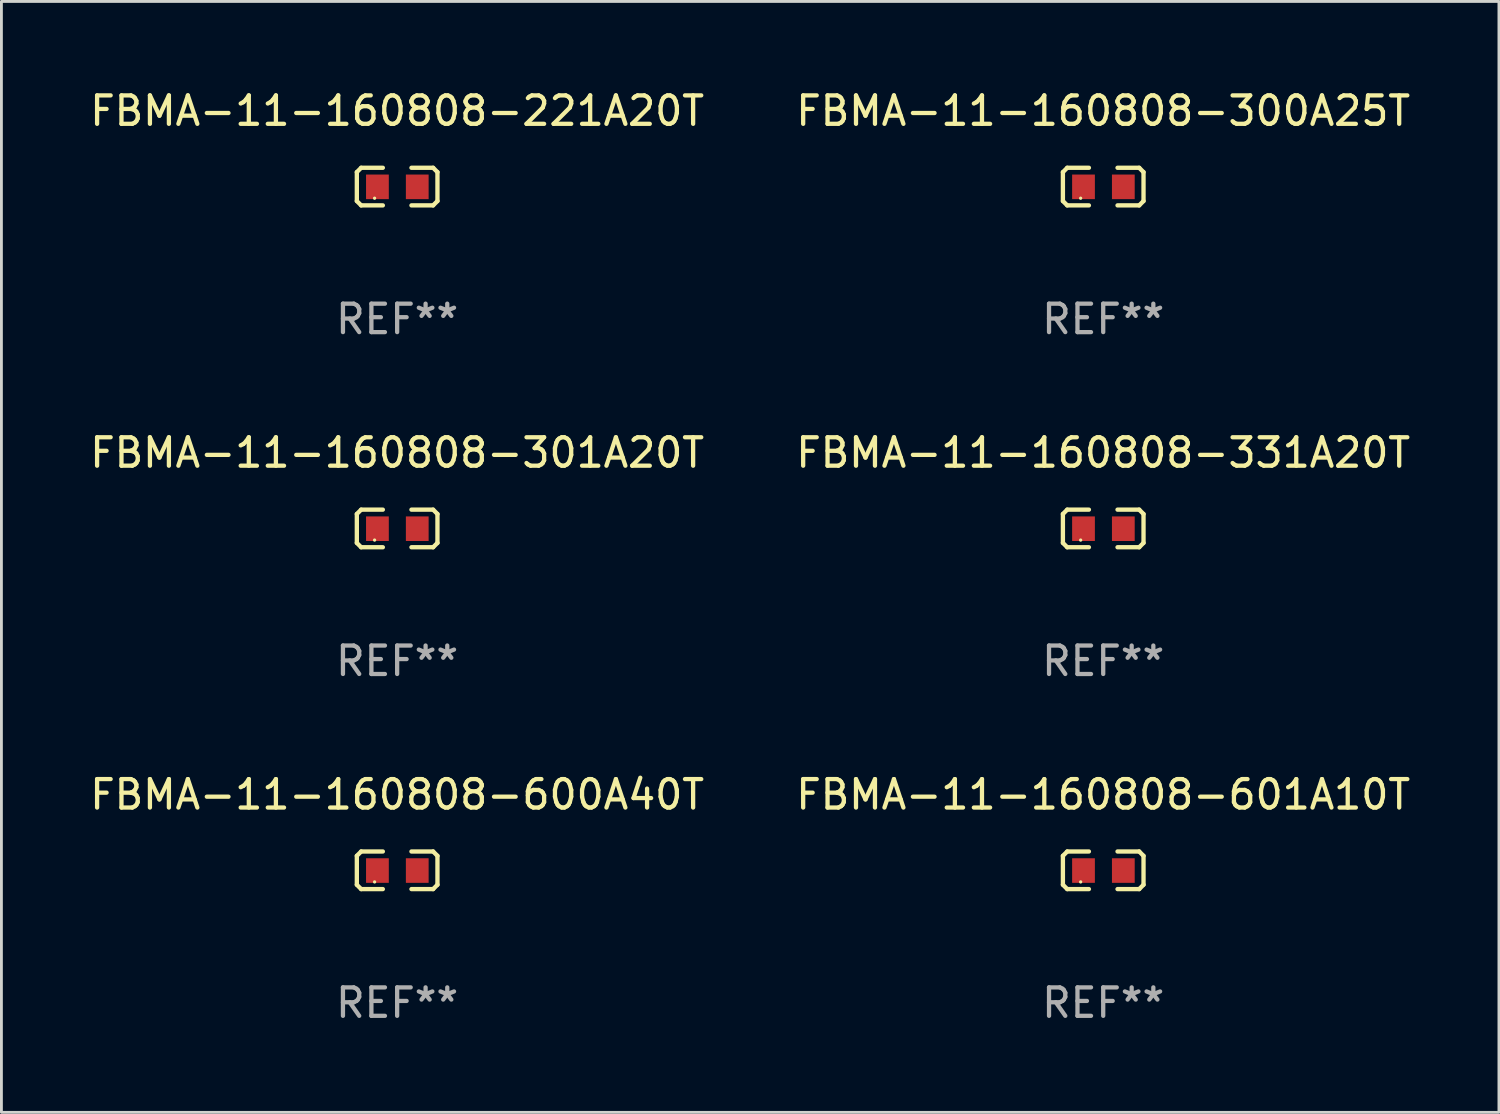
<source format=kicad_pcb>
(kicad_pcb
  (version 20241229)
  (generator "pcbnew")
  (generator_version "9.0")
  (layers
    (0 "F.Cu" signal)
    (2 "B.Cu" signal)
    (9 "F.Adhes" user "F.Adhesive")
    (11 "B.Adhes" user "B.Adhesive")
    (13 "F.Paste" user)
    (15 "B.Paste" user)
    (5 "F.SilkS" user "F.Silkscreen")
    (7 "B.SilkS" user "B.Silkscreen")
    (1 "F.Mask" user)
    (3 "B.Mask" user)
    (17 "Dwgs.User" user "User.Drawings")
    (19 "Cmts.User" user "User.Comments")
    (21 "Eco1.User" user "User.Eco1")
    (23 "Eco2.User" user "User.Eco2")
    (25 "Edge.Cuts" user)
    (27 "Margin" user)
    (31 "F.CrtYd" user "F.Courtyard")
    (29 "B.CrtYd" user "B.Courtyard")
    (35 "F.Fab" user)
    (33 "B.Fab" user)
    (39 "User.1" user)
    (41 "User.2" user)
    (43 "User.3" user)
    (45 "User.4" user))
  (footprint "FBMA-11-160808-600A40T"
    (layer "F.Cu")
    (at 10.911 27.544)
    (property "Reference" "FBMA-11-160808-600A40T" (at 0 -2.661 0) (layer "F.SilkS") (effects (font (size 1 1) (thickness 0.15))))
    (attr through_hole)
    (fp_line (start -1.417 -0.508) (end -1.265 -0.661) (stroke (width 0.152) (type solid)) (layer "F.SilkS"))
    (fp_line (start -1.417 0.508) (end -1.417 -0.508) (stroke (width 0.152) (type solid)) (layer "F.SilkS"))
    (fp_line (start -1.265 -0.661) (end -0.503 -0.661) (stroke (width 0.152) (type solid)) (layer "F.SilkS"))
    (fp_line (start -1.265 0.661) (end -1.417 0.508) (stroke (width 0.152) (type solid)) (layer "F.SilkS"))
    (fp_line (start -1.265 0.661) (end -0.503 0.661) (stroke (width 0.152) (type solid)) (layer "F.SilkS"))
    (fp_line (start 1.265 -0.661) (end 0.503 -0.661) (stroke (width 0.152) (type solid)) (layer "F.SilkS"))
    (fp_line (start 1.265 -0.661) (end 1.417 -0.508) (stroke (width 0.152) (type solid)) (layer "F.SilkS"))
    (fp_line (start 1.265 0.661) (end 0.503 0.661) (stroke (width 0.152) (type solid)) (layer "F.SilkS"))
    (fp_line (start 1.417 -0.508) (end 1.417 0.508) (stroke (width 0.152) (type solid)) (layer "F.SilkS"))
    (fp_line (start 1.417 0.508) (end 1.265 0.661) (stroke (width 0.152) (type solid)) (layer "F.SilkS"))
    (fp_circle (center -0.793 0.409) (end -0.763 0.409) (stroke (width 0.06) (type solid)) (fill no) (layer "F.SilkS"))
    (fp_text user "REF**" (at 0 4.661 0) (layer "F.Fab") (effects (font (size 1 1) (thickness 0.15))))
    (pad "1" smd rect (at -0.693 0.009 180) (size 0.8 0.864) (layers "F.Cu" "F.Mask" "F.Paste"))
    (pad "2" smd rect (at 0.707 0.009 180) (size 0.8 0.864) (layers "F.Cu" "F.Mask" "F.Paste")))
  (footprint "FBMA-11-160808-301A20T"
    (layer "F.Cu")
    (at 10.911 15.527)
    (property "Reference" "FBMA-11-160808-301A20T" (at 0 -2.661 0) (layer "F.SilkS") (effects (font (size 1 1) (thickness 0.15))))
    (attr through_hole)
    (fp_line (start -1.417 -0.508) (end -1.265 -0.661) (stroke (width 0.152) (type solid)) (layer "F.SilkS"))
    (fp_line (start -1.417 0.508) (end -1.417 -0.508) (stroke (width 0.152) (type solid)) (layer "F.SilkS"))
    (fp_line (start -1.265 -0.661) (end -0.503 -0.661) (stroke (width 0.152) (type solid)) (layer "F.SilkS"))
    (fp_line (start -1.265 0.661) (end -1.417 0.508) (stroke (width 0.152) (type solid)) (layer "F.SilkS"))
    (fp_line (start -1.265 0.661) (end -0.503 0.661) (stroke (width 0.152) (type solid)) (layer "F.SilkS"))
    (fp_line (start 1.265 -0.661) (end 0.503 -0.661) (stroke (width 0.152) (type solid)) (layer "F.SilkS"))
    (fp_line (start 1.265 -0.661) (end 1.417 -0.508) (stroke (width 0.152) (type solid)) (layer "F.SilkS"))
    (fp_line (start 1.265 0.661) (end 0.503 0.661) (stroke (width 0.152) (type solid)) (layer "F.SilkS"))
    (fp_line (start 1.417 -0.508) (end 1.417 0.508) (stroke (width 0.152) (type solid)) (layer "F.SilkS"))
    (fp_line (start 1.417 0.508) (end 1.265 0.661) (stroke (width 0.152) (type solid)) (layer "F.SilkS"))
    (fp_circle (center -0.793 0.409) (end -0.763 0.409) (stroke (width 0.06) (type solid)) (fill no) (layer "F.SilkS"))
    (fp_text user "REF**" (at 0 4.661 0) (layer "F.Fab") (effects (font (size 1 1) (thickness 0.15))))
    (pad "1" smd rect (at -0.693 0.009 180) (size 0.8 0.864) (layers "F.Cu" "F.Mask" "F.Paste"))
    (pad "2" smd rect (at 0.707 0.009 180) (size 0.8 0.864) (layers "F.Cu" "F.Mask" "F.Paste")))
  (footprint "FBMA-11-160808-331A20T"
    (layer "F.Cu")
    (at 35.732 15.527)
    (property "Reference" "FBMA-11-160808-331A20T" (at 0 -2.661 0) (layer "F.SilkS") (effects (font (size 1 1) (thickness 0.15))))
    (attr through_hole)
    (fp_line (start -1.417 -0.508) (end -1.265 -0.661) (stroke (width 0.152) (type solid)) (layer "F.SilkS"))
    (fp_line (start -1.417 0.508) (end -1.417 -0.508) (stroke (width 0.152) (type solid)) (layer "F.SilkS"))
    (fp_line (start -1.265 -0.661) (end -0.503 -0.661) (stroke (width 0.152) (type solid)) (layer "F.SilkS"))
    (fp_line (start -1.265 0.661) (end -1.417 0.508) (stroke (width 0.152) (type solid)) (layer "F.SilkS"))
    (fp_line (start -1.265 0.661) (end -0.503 0.661) (stroke (width 0.152) (type solid)) (layer "F.SilkS"))
    (fp_line (start 1.265 -0.661) (end 0.503 -0.661) (stroke (width 0.152) (type solid)) (layer "F.SilkS"))
    (fp_line (start 1.265 -0.661) (end 1.417 -0.508) (stroke (width 0.152) (type solid)) (layer "F.SilkS"))
    (fp_line (start 1.265 0.661) (end 0.503 0.661) (stroke (width 0.152) (type solid)) (layer "F.SilkS"))
    (fp_line (start 1.417 -0.508) (end 1.417 0.508) (stroke (width 0.152) (type solid)) (layer "F.SilkS"))
    (fp_line (start 1.417 0.508) (end 1.265 0.661) (stroke (width 0.152) (type solid)) (layer "F.SilkS"))
    (fp_circle (center -0.793 0.409) (end -0.763 0.409) (stroke (width 0.06) (type solid)) (fill no) (layer "F.SilkS"))
    (fp_text user "REF**" (at 0 4.661 0) (layer "F.Fab") (effects (font (size 1 1) (thickness 0.15))))
    (pad "1" smd rect (at -0.693 0.009 180) (size 0.8 0.864) (layers "F.Cu" "F.Mask" "F.Paste"))
    (pad "2" smd rect (at 0.707 0.009 180) (size 0.8 0.864) (layers "F.Cu" "F.Mask" "F.Paste")))
  (footprint "FBMA-11-160808-601A10T"
    (layer "F.Cu")
    (at 35.732 27.544)
    (property "Reference" "FBMA-11-160808-601A10T" (at 0 -2.661 0) (layer "F.SilkS") (effects (font (size 1 1) (thickness 0.15))))
    (attr through_hole)
    (fp_line (start -1.417 -0.508) (end -1.265 -0.661) (stroke (width 0.152) (type solid)) (layer "F.SilkS"))
    (fp_line (start -1.417 0.508) (end -1.417 -0.508) (stroke (width 0.152) (type solid)) (layer "F.SilkS"))
    (fp_line (start -1.265 -0.661) (end -0.503 -0.661) (stroke (width 0.152) (type solid)) (layer "F.SilkS"))
    (fp_line (start -1.265 0.661) (end -1.417 0.508) (stroke (width 0.152) (type solid)) (layer "F.SilkS"))
    (fp_line (start -1.265 0.661) (end -0.503 0.661) (stroke (width 0.152) (type solid)) (layer "F.SilkS"))
    (fp_line (start 1.265 -0.661) (end 0.503 -0.661) (stroke (width 0.152) (type solid)) (layer "F.SilkS"))
    (fp_line (start 1.265 -0.661) (end 1.417 -0.508) (stroke (width 0.152) (type solid)) (layer "F.SilkS"))
    (fp_line (start 1.265 0.661) (end 0.503 0.661) (stroke (width 0.152) (type solid)) (layer "F.SilkS"))
    (fp_line (start 1.417 -0.508) (end 1.417 0.508) (stroke (width 0.152) (type solid)) (layer "F.SilkS"))
    (fp_line (start 1.417 0.508) (end 1.265 0.661) (stroke (width 0.152) (type solid)) (layer "F.SilkS"))
    (fp_circle (center -0.793 0.409) (end -0.763 0.409) (stroke (width 0.06) (type solid)) (fill no) (layer "F.SilkS"))
    (fp_text user "REF**" (at 0 4.661 0) (layer "F.Fab") (effects (font (size 1 1) (thickness 0.15))))
    (pad "1" smd rect (at -0.693 0.009 180) (size 0.8 0.864) (layers "F.Cu" "F.Mask" "F.Paste"))
    (pad "2" smd rect (at 0.707 0.009 180) (size 0.8 0.864) (layers "F.Cu" "F.Mask" "F.Paste")))
  (footprint "FBMA-11-160808-221A20T"
    (layer "F.Cu")
    (at 10.911 3.509)
    (property "Reference" "FBMA-11-160808-221A20T" (at 0 -2.661 0) (layer "F.SilkS") (effects (font (size 1 1) (thickness 0.15))))
    (attr through_hole)
    (fp_line (start -1.417 -0.508) (end -1.265 -0.661) (stroke (width 0.152) (type solid)) (layer "F.SilkS"))
    (fp_line (start -1.417 0.508) (end -1.417 -0.508) (stroke (width 0.152) (type solid)) (layer "F.SilkS"))
    (fp_line (start -1.265 -0.661) (end -0.503 -0.661) (stroke (width 0.152) (type solid)) (layer "F.SilkS"))
    (fp_line (start -1.265 0.661) (end -1.417 0.508) (stroke (width 0.152) (type solid)) (layer "F.SilkS"))
    (fp_line (start -1.265 0.661) (end -0.503 0.661) (stroke (width 0.152) (type solid)) (layer "F.SilkS"))
    (fp_line (start 1.265 -0.661) (end 0.503 -0.661) (stroke (width 0.152) (type solid)) (layer "F.SilkS"))
    (fp_line (start 1.265 -0.661) (end 1.417 -0.508) (stroke (width 0.152) (type solid)) (layer "F.SilkS"))
    (fp_line (start 1.265 0.661) (end 0.503 0.661) (stroke (width 0.152) (type solid)) (layer "F.SilkS"))
    (fp_line (start 1.417 -0.508) (end 1.417 0.508) (stroke (width 0.152) (type solid)) (layer "F.SilkS"))
    (fp_line (start 1.417 0.508) (end 1.265 0.661) (stroke (width 0.152) (type solid)) (layer "F.SilkS"))
    (fp_circle (center -0.793 0.409) (end -0.763 0.409) (stroke (width 0.06) (type solid)) (fill no) (layer "F.SilkS"))
    (fp_text user "REF**" (at 0 4.661 0) (layer "F.Fab") (effects (font (size 1 1) (thickness 0.15))))
    (pad "1" smd rect (at -0.693 0.009 180) (size 0.8 0.864) (layers "F.Cu" "F.Mask" "F.Paste"))
    (pad "2" smd rect (at 0.707 0.009 180) (size 0.8 0.864) (layers "F.Cu" "F.Mask" "F.Paste")))
  (footprint "FBMA-11-160808-300A25T"
    (layer "F.Cu")
    (at 35.732 3.509)
    (property "Reference" "FBMA-11-160808-300A25T" (at 0 -2.661 0) (layer "F.SilkS") (effects (font (size 1 1) (thickness 0.15))))
    (attr through_hole)
    (fp_line (start -1.417 -0.508) (end -1.265 -0.661) (stroke (width 0.152) (type solid)) (layer "F.SilkS"))
    (fp_line (start -1.417 0.508) (end -1.417 -0.508) (stroke (width 0.152) (type solid)) (layer "F.SilkS"))
    (fp_line (start -1.265 -0.661) (end -0.503 -0.661) (stroke (width 0.152) (type solid)) (layer "F.SilkS"))
    (fp_line (start -1.265 0.661) (end -1.417 0.508) (stroke (width 0.152) (type solid)) (layer "F.SilkS"))
    (fp_line (start -1.265 0.661) (end -0.503 0.661) (stroke (width 0.152) (type solid)) (layer "F.SilkS"))
    (fp_line (start 1.265 -0.661) (end 0.503 -0.661) (stroke (width 0.152) (type solid)) (layer "F.SilkS"))
    (fp_line (start 1.265 -0.661) (end 1.417 -0.508) (stroke (width 0.152) (type solid)) (layer "F.SilkS"))
    (fp_line (start 1.265 0.661) (end 0.503 0.661) (stroke (width 0.152) (type solid)) (layer "F.SilkS"))
    (fp_line (start 1.417 -0.508) (end 1.417 0.508) (stroke (width 0.152) (type solid)) (layer "F.SilkS"))
    (fp_line (start 1.417 0.508) (end 1.265 0.661) (stroke (width 0.152) (type solid)) (layer "F.SilkS"))
    (fp_circle (center -0.793 0.409) (end -0.763 0.409) (stroke (width 0.06) (type solid)) (fill no) (layer "F.SilkS"))
    (fp_text user "REF**" (at 0 4.661 0) (layer "F.Fab") (effects (font (size 1 1) (thickness 0.15))))
    (pad "1" smd rect (at -0.693 0.009 180) (size 0.8 0.864) (layers "F.Cu" "F.Mask" "F.Paste"))
    (pad "2" smd rect (at 0.707 0.009 180) (size 0.8 0.864) (layers "F.Cu" "F.Mask" "F.Paste")))
  (gr_rect
    (start -3 -3)
    (end 49.643 36.053)
    (stroke (width 0.1) (type default))
    (fill no)
    (layer "Edge.Cuts")))
</source>
